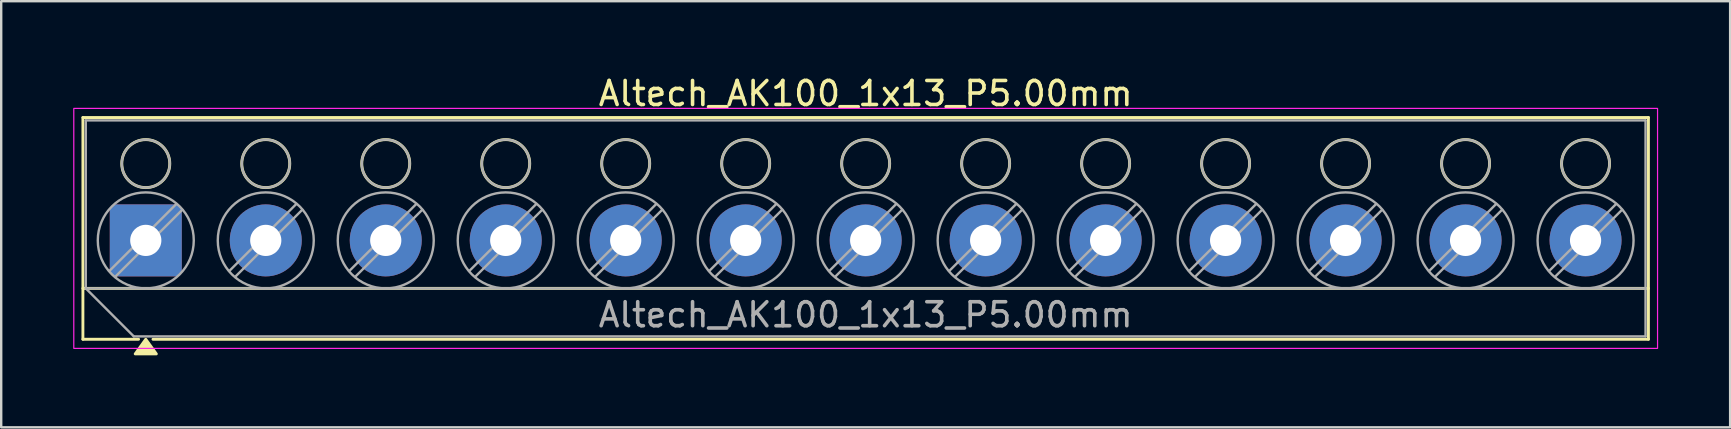
<source format=kicad_pcb>
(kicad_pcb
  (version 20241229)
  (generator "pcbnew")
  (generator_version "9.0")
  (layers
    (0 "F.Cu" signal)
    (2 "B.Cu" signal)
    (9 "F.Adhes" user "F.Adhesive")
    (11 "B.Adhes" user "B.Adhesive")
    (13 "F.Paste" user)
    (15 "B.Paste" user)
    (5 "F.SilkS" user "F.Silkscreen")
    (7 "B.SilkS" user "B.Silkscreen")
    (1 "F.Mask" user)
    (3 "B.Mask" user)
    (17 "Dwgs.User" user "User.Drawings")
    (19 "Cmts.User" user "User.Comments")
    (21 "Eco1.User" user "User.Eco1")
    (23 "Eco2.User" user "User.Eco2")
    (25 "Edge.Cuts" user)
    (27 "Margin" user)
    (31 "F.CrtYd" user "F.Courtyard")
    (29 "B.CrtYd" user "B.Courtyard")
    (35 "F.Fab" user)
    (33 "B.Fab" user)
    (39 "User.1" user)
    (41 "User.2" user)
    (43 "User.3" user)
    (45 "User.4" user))
  (footprint "Altech_AK100_1x13_P5.00mm"
    (layer "F.Cu")
    (at 3.025 6.968)
    (property "Reference" "Altech_AK100_1x13_P5.00mm" (at 30 -6.12 0) (layer "F.SilkS") (effects (font (size 1 1) (thickness 0.15))))
    (attr through_hole)
    (fp_line (start -2.62 -5.12) (end 62.62 -5.12) (stroke (width 0.12) (type solid)) (layer "F.SilkS"))
    (fp_line (start -2.62 2) (end 62.62 2) (stroke (width 0.12) (type solid)) (layer "F.SilkS"))
    (fp_line (start -2.62 4.12) (end -2.62 -5.12) (stroke (width 0.12) (type solid)) (layer "F.SilkS"))
    (fp_line (start -0.3 4.12) (end -2.62 4.12) (stroke (width 0.12) (type solid)) (layer "F.SilkS"))
    (fp_line (start 62.62 -5.12) (end 62.62 4.12) (stroke (width 0.12) (type solid)) (layer "F.SilkS"))
    (fp_line (start 62.62 4.12) (end 0.3 4.12) (stroke (width 0.12) (type solid)) (layer "F.SilkS"))
    (fp_circle (center 0 -3.2) (end 1 -3.2) (stroke (width 0.12) (type solid)) (fill no) (layer "F.SilkS"))
    (fp_circle (center 5 -3.2) (end 6 -3.2) (stroke (width 0.12) (type solid)) (fill no) (layer "F.SilkS"))
    (fp_circle (center 10 -3.2) (end 11 -3.2) (stroke (width 0.12) (type solid)) (fill no) (layer "F.SilkS"))
    (fp_circle (center 15 -3.2) (end 16 -3.2) (stroke (width 0.12) (type solid)) (fill no) (layer "F.SilkS"))
    (fp_circle (center 20 -3.2) (end 21 -3.2) (stroke (width 0.12) (type solid)) (fill no) (layer "F.SilkS"))
    (fp_circle (center 25 -3.2) (end 26 -3.2) (stroke (width 0.12) (type solid)) (fill no) (layer "F.SilkS"))
    (fp_circle (center 30 -3.2) (end 31 -3.2) (stroke (width 0.12) (type solid)) (fill no) (layer "F.SilkS"))
    (fp_circle (center 35 -3.2) (end 36 -3.2) (stroke (width 0.12) (type solid)) (fill no) (layer "F.SilkS"))
    (fp_circle (center 40 -3.2) (end 41 -3.2) (stroke (width 0.12) (type solid)) (fill no) (layer "F.SilkS"))
    (fp_circle (center 45 -3.2) (end 46 -3.2) (stroke (width 0.12) (type solid)) (fill no) (layer "F.SilkS"))
    (fp_circle (center 50 -3.2) (end 51 -3.2) (stroke (width 0.12) (type solid)) (fill no) (layer "F.SilkS"))
    (fp_circle (center 55 -3.2) (end 56 -3.2) (stroke (width 0.12) (type solid)) (fill no) (layer "F.SilkS"))
    (fp_circle (center 60 -3.2) (end 61 -3.2) (stroke (width 0.12) (type solid)) (fill no) (layer "F.SilkS"))
    (fp_poly (pts (xy 0 4.12) (xy 0.44 4.73) (xy -0.44 4.73)) (stroke (width 0.12) (type solid)) (fill yes) (layer "F.SilkS"))
    (fp_rect (start -3 -5.5) (end 63 4.5) (stroke (width 0.05) (type solid)) (fill no) (layer "F.CrtYd"))
    (fp_line (start -2.5 -5) (end 62.5 -5) (stroke (width 0.1) (type solid)) (layer "F.Fab"))
    (fp_line (start -2.5 2) (end -2.5 -5) (stroke (width 0.1) (type solid)) (layer "F.Fab"))
    (fp_line (start -2.5 2) (end 62.5 2) (stroke (width 0.1) (type solid)) (layer "F.Fab"))
    (fp_line (start -0.5 4) (end -2.5 2) (stroke (width 0.1) (type solid)) (layer "F.Fab"))
    (fp_line (start 1.273 -1.517) (end -1.517 1.273) (stroke (width 0.1) (type solid)) (layer "F.Fab"))
    (fp_line (start 1.517 -1.273) (end -1.273 1.517) (stroke (width 0.1) (type solid)) (layer "F.Fab"))
    (fp_line (start 6.273 -1.517) (end 3.483 1.273) (stroke (width 0.1) (type solid)) (layer "F.Fab"))
    (fp_line (start 6.517 -1.273) (end 3.727 1.517) (stroke (width 0.1) (type solid)) (layer "F.Fab"))
    (fp_line (start 11.273 -1.517) (end 8.483 1.273) (stroke (width 0.1) (type solid)) (layer "F.Fab"))
    (fp_line (start 11.517 -1.273) (end 8.727 1.517) (stroke (width 0.1) (type solid)) (layer "F.Fab"))
    (fp_line (start 16.273 -1.517) (end 13.483 1.273) (stroke (width 0.1) (type solid)) (layer "F.Fab"))
    (fp_line (start 16.517 -1.273) (end 13.727 1.517) (stroke (width 0.1) (type solid)) (layer "F.Fab"))
    (fp_line (start 21.273 -1.517) (end 18.483 1.273) (stroke (width 0.1) (type solid)) (layer "F.Fab"))
    (fp_line (start 21.517 -1.273) (end 18.727 1.517) (stroke (width 0.1) (type solid)) (layer "F.Fab"))
    (fp_line (start 26.273 -1.517) (end 23.483 1.273) (stroke (width 0.1) (type solid)) (layer "F.Fab"))
    (fp_line (start 26.517 -1.273) (end 23.727 1.517) (stroke (width 0.1) (type solid)) (layer "F.Fab"))
    (fp_line (start 31.273 -1.517) (end 28.483 1.273) (stroke (width 0.1) (type solid)) (layer "F.Fab"))
    (fp_line (start 31.517 -1.273) (end 28.727 1.517) (stroke (width 0.1) (type solid)) (layer "F.Fab"))
    (fp_line (start 36.273 -1.517) (end 33.483 1.273) (stroke (width 0.1) (type solid)) (layer "F.Fab"))
    (fp_line (start 36.517 -1.273) (end 33.727 1.517) (stroke (width 0.1) (type solid)) (layer "F.Fab"))
    (fp_line (start 41.273 -1.517) (end 38.483 1.273) (stroke (width 0.1) (type solid)) (layer "F.Fab"))
    (fp_line (start 41.517 -1.273) (end 38.727 1.517) (stroke (width 0.1) (type solid)) (layer "F.Fab"))
    (fp_line (start 46.273 -1.517) (end 43.483 1.273) (stroke (width 0.1) (type solid)) (layer "F.Fab"))
    (fp_line (start 46.517 -1.273) (end 43.727 1.517) (stroke (width 0.1) (type solid)) (layer "F.Fab"))
    (fp_line (start 51.273 -1.517) (end 48.483 1.273) (stroke (width 0.1) (type solid)) (layer "F.Fab"))
    (fp_line (start 51.517 -1.273) (end 48.727 1.517) (stroke (width 0.1) (type solid)) (layer "F.Fab"))
    (fp_line (start 56.273 -1.517) (end 53.483 1.273) (stroke (width 0.1) (type solid)) (layer "F.Fab"))
    (fp_line (start 56.517 -1.273) (end 53.727 1.517) (stroke (width 0.1) (type solid)) (layer "F.Fab"))
    (fp_line (start 61.273 -1.517) (end 58.483 1.273) (stroke (width 0.1) (type solid)) (layer "F.Fab"))
    (fp_line (start 61.517 -1.273) (end 58.727 1.517) (stroke (width 0.1) (type solid)) (layer "F.Fab"))
    (fp_line (start 62.5 -5) (end 62.5 4) (stroke (width 0.1) (type solid)) (layer "F.Fab"))
    (fp_line (start 62.5 4) (end -0.5 4) (stroke (width 0.1) (type solid)) (layer "F.Fab"))
    (fp_circle (center 0 -3.2) (end 1 -3.2) (stroke (width 0.1) (type solid)) (fill no) (layer "F.Fab"))
    (fp_circle (center 0 0) (end 2 0) (stroke (width 0.1) (type solid)) (fill no) (layer "F.Fab"))
    (fp_circle (center 5 -3.2) (end 6 -3.2) (stroke (width 0.1) (type solid)) (fill no) (layer "F.Fab"))
    (fp_circle (center 5 0) (end 7 0) (stroke (width 0.1) (type solid)) (fill no) (layer "F.Fab"))
    (fp_circle (center 10 -3.2) (end 11 -3.2) (stroke (width 0.1) (type solid)) (fill no) (layer "F.Fab"))
    (fp_circle (center 10 0) (end 12 0) (stroke (width 0.1) (type solid)) (fill no) (layer "F.Fab"))
    (fp_circle (center 15 -3.2) (end 16 -3.2) (stroke (width 0.1) (type solid)) (fill no) (layer "F.Fab"))
    (fp_circle (center 15 0) (end 17 0) (stroke (width 0.1) (type solid)) (fill no) (layer "F.Fab"))
    (fp_circle (center 20 -3.2) (end 21 -3.2) (stroke (width 0.1) (type solid)) (fill no) (layer "F.Fab"))
    (fp_circle (center 20 0) (end 22 0) (stroke (width 0.1) (type solid)) (fill no) (layer "F.Fab"))
    (fp_circle (center 25 -3.2) (end 26 -3.2) (stroke (width 0.1) (type solid)) (fill no) (layer "F.Fab"))
    (fp_circle (center 25 0) (end 27 0) (stroke (width 0.1) (type solid)) (fill no) (layer "F.Fab"))
    (fp_circle (center 30 -3.2) (end 31 -3.2) (stroke (width 0.1) (type solid)) (fill no) (layer "F.Fab"))
    (fp_circle (center 30 0) (end 32 0) (stroke (width 0.1) (type solid)) (fill no) (layer "F.Fab"))
    (fp_circle (center 35 -3.2) (end 36 -3.2) (stroke (width 0.1) (type solid)) (fill no) (layer "F.Fab"))
    (fp_circle (center 35 0) (end 37 0) (stroke (width 0.1) (type solid)) (fill no) (layer "F.Fab"))
    (fp_circle (center 40 -3.2) (end 41 -3.2) (stroke (width 0.1) (type solid)) (fill no) (layer "F.Fab"))
    (fp_circle (center 40 0) (end 42 0) (stroke (width 0.1) (type solid)) (fill no) (layer "F.Fab"))
    (fp_circle (center 45 -3.2) (end 46 -3.2) (stroke (width 0.1) (type solid)) (fill no) (layer "F.Fab"))
    (fp_circle (center 45 0) (end 47 0) (stroke (width 0.1) (type solid)) (fill no) (layer "F.Fab"))
    (fp_circle (center 50 -3.2) (end 51 -3.2) (stroke (width 0.1) (type solid)) (fill no) (layer "F.Fab"))
    (fp_circle (center 50 0) (end 52 0) (stroke (width 0.1) (type solid)) (fill no) (layer "F.Fab"))
    (fp_circle (center 55 -3.2) (end 56 -3.2) (stroke (width 0.1) (type solid)) (fill no) (layer "F.Fab"))
    (fp_circle (center 55 0) (end 57 0) (stroke (width 0.1) (type solid)) (fill no) (layer "F.Fab"))
    (fp_circle (center 60 -3.2) (end 61 -3.2) (stroke (width 0.1) (type solid)) (fill no) (layer "F.Fab"))
    (fp_circle (center 60 0) (end 62 0) (stroke (width 0.1) (type solid)) (fill no) (layer "F.Fab"))
    (fp_text user "${REFERENCE}" (at 30 3.1 0) (layer "F.Fab") (effects (font (size 1 1) (thickness 0.15))))
    (pad "1" thru_hole roundrect (at 0 0) (size 3 3) (drill 1.3) (layers "*.Cu" "*.Mask") (roundrect_rratio 0.083))
    (pad "2" thru_hole circle (at 5 0) (size 3 3) (drill 1.3) (layers "*.Cu" "*.Mask"))
    (pad "3" thru_hole circle (at 10 0) (size 3 3) (drill 1.3) (layers "*.Cu" "*.Mask"))
    (pad "4" thru_hole circle (at 15 0) (size 3 3) (drill 1.3) (layers "*.Cu" "*.Mask"))
    (pad "5" thru_hole circle (at 20 0) (size 3 3) (drill 1.3) (layers "*.Cu" "*.Mask"))
    (pad "6" thru_hole circle (at 25 0) (size 3 3) (drill 1.3) (layers "*.Cu" "*.Mask"))
    (pad "7" thru_hole circle (at 30 0) (size 3 3) (drill 1.3) (layers "*.Cu" "*.Mask"))
    (pad "8" thru_hole circle (at 35 0) (size 3 3) (drill 1.3) (layers "*.Cu" "*.Mask"))
    (pad "9" thru_hole circle (at 40 0) (size 3 3) (drill 1.3) (layers "*.Cu" "*.Mask"))
    (pad "10" thru_hole circle (at 45 0) (size 3 3) (drill 1.3) (layers "*.Cu" "*.Mask"))
    (pad "11" thru_hole circle (at 50 0) (size 3 3) (drill 1.3) (layers "*.Cu" "*.Mask"))
    (pad "12" thru_hole circle (at 55 0) (size 3 3) (drill 1.3) (layers "*.Cu" "*.Mask"))
    (pad "13" thru_hole circle (at 60 0) (size 3 3) (drill 1.3) (layers "*.Cu" "*.Mask")))
  (gr_rect
    (start -3 -3)
    (end 69.05 14.758)
    (stroke (width 0.1) (type default))
    (fill no)
    (layer "Edge.Cuts")))
</source>
